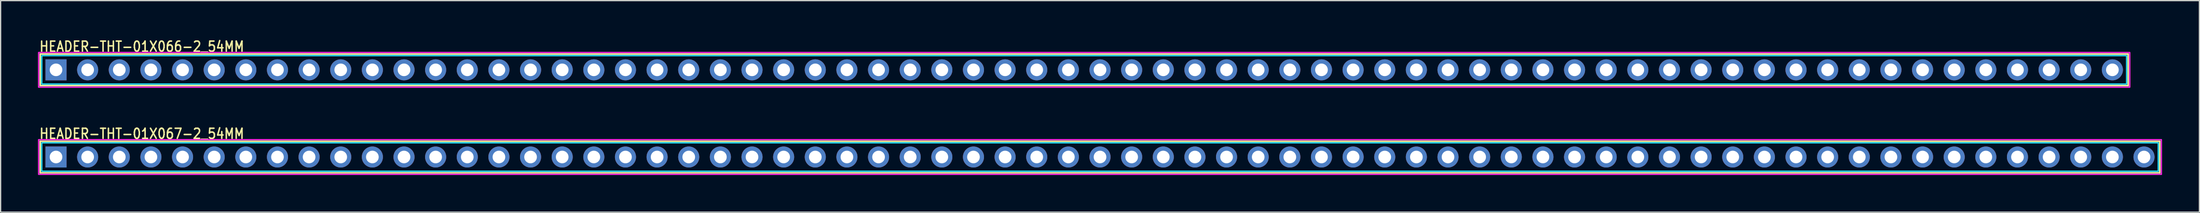
<source format=kicad_pcb>
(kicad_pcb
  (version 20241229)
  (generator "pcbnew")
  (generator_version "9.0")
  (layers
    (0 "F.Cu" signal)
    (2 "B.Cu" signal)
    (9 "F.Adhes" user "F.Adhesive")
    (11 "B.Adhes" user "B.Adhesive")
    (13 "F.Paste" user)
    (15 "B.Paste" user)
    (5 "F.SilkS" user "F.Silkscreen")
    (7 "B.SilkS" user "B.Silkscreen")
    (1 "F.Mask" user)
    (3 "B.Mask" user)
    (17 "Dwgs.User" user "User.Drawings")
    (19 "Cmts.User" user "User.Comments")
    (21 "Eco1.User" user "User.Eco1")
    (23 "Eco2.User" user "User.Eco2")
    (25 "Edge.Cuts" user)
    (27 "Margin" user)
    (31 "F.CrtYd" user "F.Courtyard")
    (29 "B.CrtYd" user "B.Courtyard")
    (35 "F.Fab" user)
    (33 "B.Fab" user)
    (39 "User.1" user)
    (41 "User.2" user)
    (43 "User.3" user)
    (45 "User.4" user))
  (footprint "HEADER-THT-01X066-2_54MM"
    (layer "F.Cu")
    (at 1.447 2.579)
    (property "Reference" "HEADER-THT-01X066-2_54MM" (at -1.4 -1.4 0) (unlocked yes) (layer "F.SilkS") (effects (font (size 0.813 0.695) (thickness 0.122)) (justify left bottom)))
    (fp_line (start -1.27 -1.27) (end -1.27 1.27) (stroke (width 0.127) (type solid)) (layer "F.SilkS"))
    (fp_line (start -1.27 1.27) (end 166.37 1.27) (stroke (width 0.127) (type solid)) (layer "F.SilkS"))
    (fp_line (start 166.37 -1.27) (end -1.27 -1.27) (stroke (width 0.127) (type solid)) (layer "F.SilkS"))
    (fp_line (start 166.37 1.27) (end 166.37 -1.27) (stroke (width 0.127) (type solid)) (layer "F.SilkS"))
    (fp_poly (pts (xy -1.143 -1.143) (xy 166.243 -1.143) (xy 166.243 1.143) (xy -1.143 1.143)) (stroke (width 0.1) (type solid)) (fill no) (layer "B.CrtYd"))
    (fp_poly (pts (xy -1.397 -1.397) (xy 166.497 -1.397) (xy 166.497 1.397) (xy -1.397 1.397)) (stroke (width 0.1) (type solid)) (fill no) (layer "F.CrtYd"))
    (pad "P$1" thru_hole rect (at 0 0) (size 1.693 1.693) (drill 1.016) (layers "*.Cu" "*.Mask"))
    (pad "P$2" thru_hole oval (at 2.54 0) (size 1.693 1.693) (drill 1.016) (layers "*.Cu" "*.Mask"))
    (pad "P$3" thru_hole oval (at 5.08 0) (size 1.693 1.693) (drill 1.016) (layers "*.Cu" "*.Mask"))
    (pad "P$4" thru_hole oval (at 7.62 0) (size 1.693 1.693) (drill 1.016) (layers "*.Cu" "*.Mask"))
    (pad "P$5" thru_hole oval (at 10.16 0) (size 1.693 1.693) (drill 1.016) (layers "*.Cu" "*.Mask"))
    (pad "P$6" thru_hole oval (at 12.7 0) (size 1.693 1.693) (drill 1.016) (layers "*.Cu" "*.Mask"))
    (pad "P$7" thru_hole oval (at 15.24 0) (size 1.693 1.693) (drill 1.016) (layers "*.Cu" "*.Mask"))
    (pad "P$8" thru_hole oval (at 17.78 0) (size 1.693 1.693) (drill 1.016) (layers "*.Cu" "*.Mask"))
    (pad "P$9" thru_hole oval (at 20.32 0) (size 1.693 1.693) (drill 1.016) (layers "*.Cu" "*.Mask"))
    (pad "P$10" thru_hole oval (at 22.86 0) (size 1.693 1.693) (drill 1.016) (layers "*.Cu" "*.Mask"))
    (pad "P$11" thru_hole oval (at 25.4 0) (size 1.693 1.693) (drill 1.016) (layers "*.Cu" "*.Mask"))
    (pad "P$12" thru_hole oval (at 27.94 0) (size 1.693 1.693) (drill 1.016) (layers "*.Cu" "*.Mask"))
    (pad "P$13" thru_hole oval (at 30.48 0) (size 1.693 1.693) (drill 1.016) (layers "*.Cu" "*.Mask"))
    (pad "P$14" thru_hole oval (at 33.02 0) (size 1.693 1.693) (drill 1.016) (layers "*.Cu" "*.Mask"))
    (pad "P$15" thru_hole oval (at 35.56 0) (size 1.693 1.693) (drill 1.016) (layers "*.Cu" "*.Mask"))
    (pad "P$16" thru_hole oval (at 38.1 0) (size 1.693 1.693) (drill 1.016) (layers "*.Cu" "*.Mask"))
    (pad "P$17" thru_hole oval (at 40.64 0) (size 1.693 1.693) (drill 1.016) (layers "*.Cu" "*.Mask"))
    (pad "P$18" thru_hole oval (at 43.18 0) (size 1.693 1.693) (drill 1.016) (layers "*.Cu" "*.Mask"))
    (pad "P$19" thru_hole oval (at 45.72 0) (size 1.693 1.693) (drill 1.016) (layers "*.Cu" "*.Mask"))
    (pad "P$20" thru_hole oval (at 48.26 0) (size 1.693 1.693) (drill 1.016) (layers "*.Cu" "*.Mask"))
    (pad "P$21" thru_hole oval (at 50.8 0) (size 1.693 1.693) (drill 1.016) (layers "*.Cu" "*.Mask"))
    (pad "P$22" thru_hole oval (at 53.34 0) (size 1.693 1.693) (drill 1.016) (layers "*.Cu" "*.Mask"))
    (pad "P$23" thru_hole oval (at 55.88 0) (size 1.693 1.693) (drill 1.016) (layers "*.Cu" "*.Mask"))
    (pad "P$24" thru_hole oval (at 58.42 0) (size 1.693 1.693) (drill 1.016) (layers "*.Cu" "*.Mask"))
    (pad "P$25" thru_hole oval (at 60.96 0) (size 1.693 1.693) (drill 1.016) (layers "*.Cu" "*.Mask"))
    (pad "P$26" thru_hole oval (at 63.5 0) (size 1.693 1.693) (drill 1.016) (layers "*.Cu" "*.Mask"))
    (pad "P$27" thru_hole oval (at 66.04 0) (size 1.693 1.693) (drill 1.016) (layers "*.Cu" "*.Mask"))
    (pad "P$28" thru_hole oval (at 68.58 0) (size 1.693 1.693) (drill 1.016) (layers "*.Cu" "*.Mask"))
    (pad "P$29" thru_hole oval (at 71.12 0) (size 1.693 1.693) (drill 1.016) (layers "*.Cu" "*.Mask"))
    (pad "P$30" thru_hole oval (at 73.66 0) (size 1.693 1.693) (drill 1.016) (layers "*.Cu" "*.Mask"))
    (pad "P$31" thru_hole oval (at 76.2 0) (size 1.693 1.693) (drill 1.016) (layers "*.Cu" "*.Mask"))
    (pad "P$32" thru_hole oval (at 78.74 0) (size 1.693 1.693) (drill 1.016) (layers "*.Cu" "*.Mask"))
    (pad "P$33" thru_hole oval (at 81.28 0) (size 1.693 1.693) (drill 1.016) (layers "*.Cu" "*.Mask"))
    (pad "P$34" thru_hole oval (at 83.82 0) (size 1.693 1.693) (drill 1.016) (layers "*.Cu" "*.Mask"))
    (pad "P$35" thru_hole oval (at 86.36 0) (size 1.693 1.693) (drill 1.016) (layers "*.Cu" "*.Mask"))
    (pad "P$36" thru_hole oval (at 88.9 0) (size 1.693 1.693) (drill 1.016) (layers "*.Cu" "*.Mask"))
    (pad "P$37" thru_hole oval (at 91.44 0) (size 1.693 1.693) (drill 1.016) (layers "*.Cu" "*.Mask"))
    (pad "P$38" thru_hole oval (at 93.98 0) (size 1.693 1.693) (drill 1.016) (layers "*.Cu" "*.Mask"))
    (pad "P$39" thru_hole oval (at 96.52 0) (size 1.693 1.693) (drill 1.016) (layers "*.Cu" "*.Mask"))
    (pad "P$40" thru_hole oval (at 99.06 0) (size 1.693 1.693) (drill 1.016) (layers "*.Cu" "*.Mask"))
    (pad "P$41" thru_hole oval (at 101.6 0) (size 1.693 1.693) (drill 1.016) (layers "*.Cu" "*.Mask"))
    (pad "P$42" thru_hole oval (at 104.14 0) (size 1.693 1.693) (drill 1.016) (layers "*.Cu" "*.Mask"))
    (pad "P$43" thru_hole oval (at 106.68 0) (size 1.693 1.693) (drill 1.016) (layers "*.Cu" "*.Mask"))
    (pad "P$44" thru_hole oval (at 109.22 0) (size 1.693 1.693) (drill 1.016) (layers "*.Cu" "*.Mask"))
    (pad "P$45" thru_hole oval (at 111.76 0) (size 1.693 1.693) (drill 1.016) (layers "*.Cu" "*.Mask"))
    (pad "P$46" thru_hole oval (at 114.3 0) (size 1.693 1.693) (drill 1.016) (layers "*.Cu" "*.Mask"))
    (pad "P$47" thru_hole oval (at 116.84 0) (size 1.693 1.693) (drill 1.016) (layers "*.Cu" "*.Mask"))
    (pad "P$48" thru_hole oval (at 119.38 0) (size 1.693 1.693) (drill 1.016) (layers "*.Cu" "*.Mask"))
    (pad "P$49" thru_hole oval (at 121.92 0) (size 1.693 1.693) (drill 1.016) (layers "*.Cu" "*.Mask"))
    (pad "P$50" thru_hole oval (at 124.46 0) (size 1.693 1.693) (drill 1.016) (layers "*.Cu" "*.Mask"))
    (pad "P$51" thru_hole oval (at 127 0) (size 1.693 1.693) (drill 1.016) (layers "*.Cu" "*.Mask"))
    (pad "P$52" thru_hole oval (at 129.54 0) (size 1.693 1.693) (drill 1.016) (layers "*.Cu" "*.Mask"))
    (pad "P$53" thru_hole oval (at 132.08 0) (size 1.693 1.693) (drill 1.016) (layers "*.Cu" "*.Mask"))
    (pad "P$54" thru_hole oval (at 134.62 0) (size 1.693 1.693) (drill 1.016) (layers "*.Cu" "*.Mask"))
    (pad "P$55" thru_hole oval (at 137.16 0) (size 1.693 1.693) (drill 1.016) (layers "*.Cu" "*.Mask"))
    (pad "P$56" thru_hole oval (at 139.7 0) (size 1.693 1.693) (drill 1.016) (layers "*.Cu" "*.Mask"))
    (pad "P$57" thru_hole oval (at 142.24 0) (size 1.693 1.693) (drill 1.016) (layers "*.Cu" "*.Mask"))
    (pad "P$58" thru_hole oval (at 144.78 0) (size 1.693 1.693) (drill 1.016) (layers "*.Cu" "*.Mask"))
    (pad "P$59" thru_hole oval (at 147.32 0) (size 1.693 1.693) (drill 1.016) (layers "*.Cu" "*.Mask"))
    (pad "P$60" thru_hole oval (at 149.86 0) (size 1.693 1.693) (drill 1.016) (layers "*.Cu" "*.Mask"))
    (pad "P$61" thru_hole oval (at 152.4 0) (size 1.693 1.693) (drill 1.016) (layers "*.Cu" "*.Mask"))
    (pad "P$62" thru_hole oval (at 154.94 0) (size 1.693 1.693) (drill 1.016) (layers "*.Cu" "*.Mask"))
    (pad "P$63" thru_hole oval (at 157.48 0) (size 1.693 1.693) (drill 1.016) (layers "*.Cu" "*.Mask"))
    (pad "P$64" thru_hole oval (at 160.02 0) (size 1.693 1.693) (drill 1.016) (layers "*.Cu" "*.Mask"))
    (pad "P$65" thru_hole oval (at 162.56 0) (size 1.693 1.693) (drill 1.016) (layers "*.Cu" "*.Mask"))
    (pad "P$66" thru_hole oval (at 165.1 0) (size 1.693 1.693) (drill 1.016) (layers "*.Cu" "*.Mask")))
  (footprint "HEADER-THT-01X067-2_54MM"
    (layer "F.Cu")
    (at 1.447 9.604)
    (property "Reference" "HEADER-THT-01X067-2_54MM" (at -1.4 -1.4 0) (unlocked yes) (layer "F.SilkS") (effects (font (size 0.813 0.695) (thickness 0.122)) (justify left bottom)))
    (fp_line (start -1.27 -1.27) (end -1.27 1.27) (stroke (width 0.127) (type solid)) (layer "F.SilkS"))
    (fp_line (start -1.27 1.27) (end 168.91 1.27) (stroke (width 0.127) (type solid)) (layer "F.SilkS"))
    (fp_line (start 168.91 -1.27) (end -1.27 -1.27) (stroke (width 0.127) (type solid)) (layer "F.SilkS"))
    (fp_line (start 168.91 1.27) (end 168.91 -1.27) (stroke (width 0.127) (type solid)) (layer "F.SilkS"))
    (fp_poly (pts (xy -1.143 -1.143) (xy 168.783 -1.143) (xy 168.783 1.143) (xy -1.143 1.143)) (stroke (width 0.1) (type solid)) (fill no) (layer "B.CrtYd"))
    (fp_poly (pts (xy -1.397 -1.397) (xy 169.037 -1.397) (xy 169.037 1.397) (xy -1.397 1.397)) (stroke (width 0.1) (type solid)) (fill no) (layer "F.CrtYd"))
    (pad "P$1" thru_hole rect (at 0 0) (size 1.693 1.693) (drill 1.016) (layers "*.Cu" "*.Mask"))
    (pad "P$2" thru_hole oval (at 2.54 0) (size 1.693 1.693) (drill 1.016) (layers "*.Cu" "*.Mask"))
    (pad "P$3" thru_hole oval (at 5.08 0) (size 1.693 1.693) (drill 1.016) (layers "*.Cu" "*.Mask"))
    (pad "P$4" thru_hole oval (at 7.62 0) (size 1.693 1.693) (drill 1.016) (layers "*.Cu" "*.Mask"))
    (pad "P$5" thru_hole oval (at 10.16 0) (size 1.693 1.693) (drill 1.016) (layers "*.Cu" "*.Mask"))
    (pad "P$6" thru_hole oval (at 12.7 0) (size 1.693 1.693) (drill 1.016) (layers "*.Cu" "*.Mask"))
    (pad "P$7" thru_hole oval (at 15.24 0) (size 1.693 1.693) (drill 1.016) (layers "*.Cu" "*.Mask"))
    (pad "P$8" thru_hole oval (at 17.78 0) (size 1.693 1.693) (drill 1.016) (layers "*.Cu" "*.Mask"))
    (pad "P$9" thru_hole oval (at 20.32 0) (size 1.693 1.693) (drill 1.016) (layers "*.Cu" "*.Mask"))
    (pad "P$10" thru_hole oval (at 22.86 0) (size 1.693 1.693) (drill 1.016) (layers "*.Cu" "*.Mask"))
    (pad "P$11" thru_hole oval (at 25.4 0) (size 1.693 1.693) (drill 1.016) (layers "*.Cu" "*.Mask"))
    (pad "P$12" thru_hole oval (at 27.94 0) (size 1.693 1.693) (drill 1.016) (layers "*.Cu" "*.Mask"))
    (pad "P$13" thru_hole oval (at 30.48 0) (size 1.693 1.693) (drill 1.016) (layers "*.Cu" "*.Mask"))
    (pad "P$14" thru_hole oval (at 33.02 0) (size 1.693 1.693) (drill 1.016) (layers "*.Cu" "*.Mask"))
    (pad "P$15" thru_hole oval (at 35.56 0) (size 1.693 1.693) (drill 1.016) (layers "*.Cu" "*.Mask"))
    (pad "P$16" thru_hole oval (at 38.1 0) (size 1.693 1.693) (drill 1.016) (layers "*.Cu" "*.Mask"))
    (pad "P$17" thru_hole oval (at 40.64 0) (size 1.693 1.693) (drill 1.016) (layers "*.Cu" "*.Mask"))
    (pad "P$18" thru_hole oval (at 43.18 0) (size 1.693 1.693) (drill 1.016) (layers "*.Cu" "*.Mask"))
    (pad "P$19" thru_hole oval (at 45.72 0) (size 1.693 1.693) (drill 1.016) (layers "*.Cu" "*.Mask"))
    (pad "P$20" thru_hole oval (at 48.26 0) (size 1.693 1.693) (drill 1.016) (layers "*.Cu" "*.Mask"))
    (pad "P$21" thru_hole oval (at 50.8 0) (size 1.693 1.693) (drill 1.016) (layers "*.Cu" "*.Mask"))
    (pad "P$22" thru_hole oval (at 53.34 0) (size 1.693 1.693) (drill 1.016) (layers "*.Cu" "*.Mask"))
    (pad "P$23" thru_hole oval (at 55.88 0) (size 1.693 1.693) (drill 1.016) (layers "*.Cu" "*.Mask"))
    (pad "P$24" thru_hole oval (at 58.42 0) (size 1.693 1.693) (drill 1.016) (layers "*.Cu" "*.Mask"))
    (pad "P$25" thru_hole oval (at 60.96 0) (size 1.693 1.693) (drill 1.016) (layers "*.Cu" "*.Mask"))
    (pad "P$26" thru_hole oval (at 63.5 0) (size 1.693 1.693) (drill 1.016) (layers "*.Cu" "*.Mask"))
    (pad "P$27" thru_hole oval (at 66.04 0) (size 1.693 1.693) (drill 1.016) (layers "*.Cu" "*.Mask"))
    (pad "P$28" thru_hole oval (at 68.58 0) (size 1.693 1.693) (drill 1.016) (layers "*.Cu" "*.Mask"))
    (pad "P$29" thru_hole oval (at 71.12 0) (size 1.693 1.693) (drill 1.016) (layers "*.Cu" "*.Mask"))
    (pad "P$30" thru_hole oval (at 73.66 0) (size 1.693 1.693) (drill 1.016) (layers "*.Cu" "*.Mask"))
    (pad "P$31" thru_hole oval (at 76.2 0) (size 1.693 1.693) (drill 1.016) (layers "*.Cu" "*.Mask"))
    (pad "P$32" thru_hole oval (at 78.74 0) (size 1.693 1.693) (drill 1.016) (layers "*.Cu" "*.Mask"))
    (pad "P$33" thru_hole oval (at 81.28 0) (size 1.693 1.693) (drill 1.016) (layers "*.Cu" "*.Mask"))
    (pad "P$34" thru_hole oval (at 83.82 0) (size 1.693 1.693) (drill 1.016) (layers "*.Cu" "*.Mask"))
    (pad "P$35" thru_hole oval (at 86.36 0) (size 1.693 1.693) (drill 1.016) (layers "*.Cu" "*.Mask"))
    (pad "P$36" thru_hole oval (at 88.9 0) (size 1.693 1.693) (drill 1.016) (layers "*.Cu" "*.Mask"))
    (pad "P$37" thru_hole oval (at 91.44 0) (size 1.693 1.693) (drill 1.016) (layers "*.Cu" "*.Mask"))
    (pad "P$38" thru_hole oval (at 93.98 0) (size 1.693 1.693) (drill 1.016) (layers "*.Cu" "*.Mask"))
    (pad "P$39" thru_hole oval (at 96.52 0) (size 1.693 1.693) (drill 1.016) (layers "*.Cu" "*.Mask"))
    (pad "P$40" thru_hole oval (at 99.06 0) (size 1.693 1.693) (drill 1.016) (layers "*.Cu" "*.Mask"))
    (pad "P$41" thru_hole oval (at 101.6 0) (size 1.693 1.693) (drill 1.016) (layers "*.Cu" "*.Mask"))
    (pad "P$42" thru_hole oval (at 104.14 0) (size 1.693 1.693) (drill 1.016) (layers "*.Cu" "*.Mask"))
    (pad "P$43" thru_hole oval (at 106.68 0) (size 1.693 1.693) (drill 1.016) (layers "*.Cu" "*.Mask"))
    (pad "P$44" thru_hole oval (at 109.22 0) (size 1.693 1.693) (drill 1.016) (layers "*.Cu" "*.Mask"))
    (pad "P$45" thru_hole oval (at 111.76 0) (size 1.693 1.693) (drill 1.016) (layers "*.Cu" "*.Mask"))
    (pad "P$46" thru_hole oval (at 114.3 0) (size 1.693 1.693) (drill 1.016) (layers "*.Cu" "*.Mask"))
    (pad "P$47" thru_hole oval (at 116.84 0) (size 1.693 1.693) (drill 1.016) (layers "*.Cu" "*.Mask"))
    (pad "P$48" thru_hole oval (at 119.38 0) (size 1.693 1.693) (drill 1.016) (layers "*.Cu" "*.Mask"))
    (pad "P$49" thru_hole oval (at 121.92 0) (size 1.693 1.693) (drill 1.016) (layers "*.Cu" "*.Mask"))
    (pad "P$50" thru_hole oval (at 124.46 0) (size 1.693 1.693) (drill 1.016) (layers "*.Cu" "*.Mask"))
    (pad "P$51" thru_hole oval (at 127 0) (size 1.693 1.693) (drill 1.016) (layers "*.Cu" "*.Mask"))
    (pad "P$52" thru_hole oval (at 129.54 0) (size 1.693 1.693) (drill 1.016) (layers "*.Cu" "*.Mask"))
    (pad "P$53" thru_hole oval (at 132.08 0) (size 1.693 1.693) (drill 1.016) (layers "*.Cu" "*.Mask"))
    (pad "P$54" thru_hole oval (at 134.62 0) (size 1.693 1.693) (drill 1.016) (layers "*.Cu" "*.Mask"))
    (pad "P$55" thru_hole oval (at 137.16 0) (size 1.693 1.693) (drill 1.016) (layers "*.Cu" "*.Mask"))
    (pad "P$56" thru_hole oval (at 139.7 0) (size 1.693 1.693) (drill 1.016) (layers "*.Cu" "*.Mask"))
    (pad "P$57" thru_hole oval (at 142.24 0) (size 1.693 1.693) (drill 1.016) (layers "*.Cu" "*.Mask"))
    (pad "P$58" thru_hole oval (at 144.78 0) (size 1.693 1.693) (drill 1.016) (layers "*.Cu" "*.Mask"))
    (pad "P$59" thru_hole oval (at 147.32 0) (size 1.693 1.693) (drill 1.016) (layers "*.Cu" "*.Mask"))
    (pad "P$60" thru_hole oval (at 149.86 0) (size 1.693 1.693) (drill 1.016) (layers "*.Cu" "*.Mask"))
    (pad "P$61" thru_hole oval (at 152.4 0) (size 1.693 1.693) (drill 1.016) (layers "*.Cu" "*.Mask"))
    (pad "P$62" thru_hole oval (at 154.94 0) (size 1.693 1.693) (drill 1.016) (layers "*.Cu" "*.Mask"))
    (pad "P$63" thru_hole oval (at 157.48 0) (size 1.693 1.693) (drill 1.016) (layers "*.Cu" "*.Mask"))
    (pad "P$64" thru_hole oval (at 160.02 0) (size 1.693 1.693) (drill 1.016) (layers "*.Cu" "*.Mask"))
    (pad "P$65" thru_hole oval (at 162.56 0) (size 1.693 1.693) (drill 1.016) (layers "*.Cu" "*.Mask"))
    (pad "P$66" thru_hole oval (at 165.1 0) (size 1.693 1.693) (drill 1.016) (layers "*.Cu" "*.Mask"))
    (pad "P$67" thru_hole oval (at 167.64 0) (size 1.693 1.693) (drill 1.016) (layers "*.Cu" "*.Mask")))
  (gr_rect
    (start -3 -3)
    (end 173.534 14.051)
    (stroke (width 0.1) (type default))
    (fill no)
    (layer "Edge.Cuts")))
</source>
